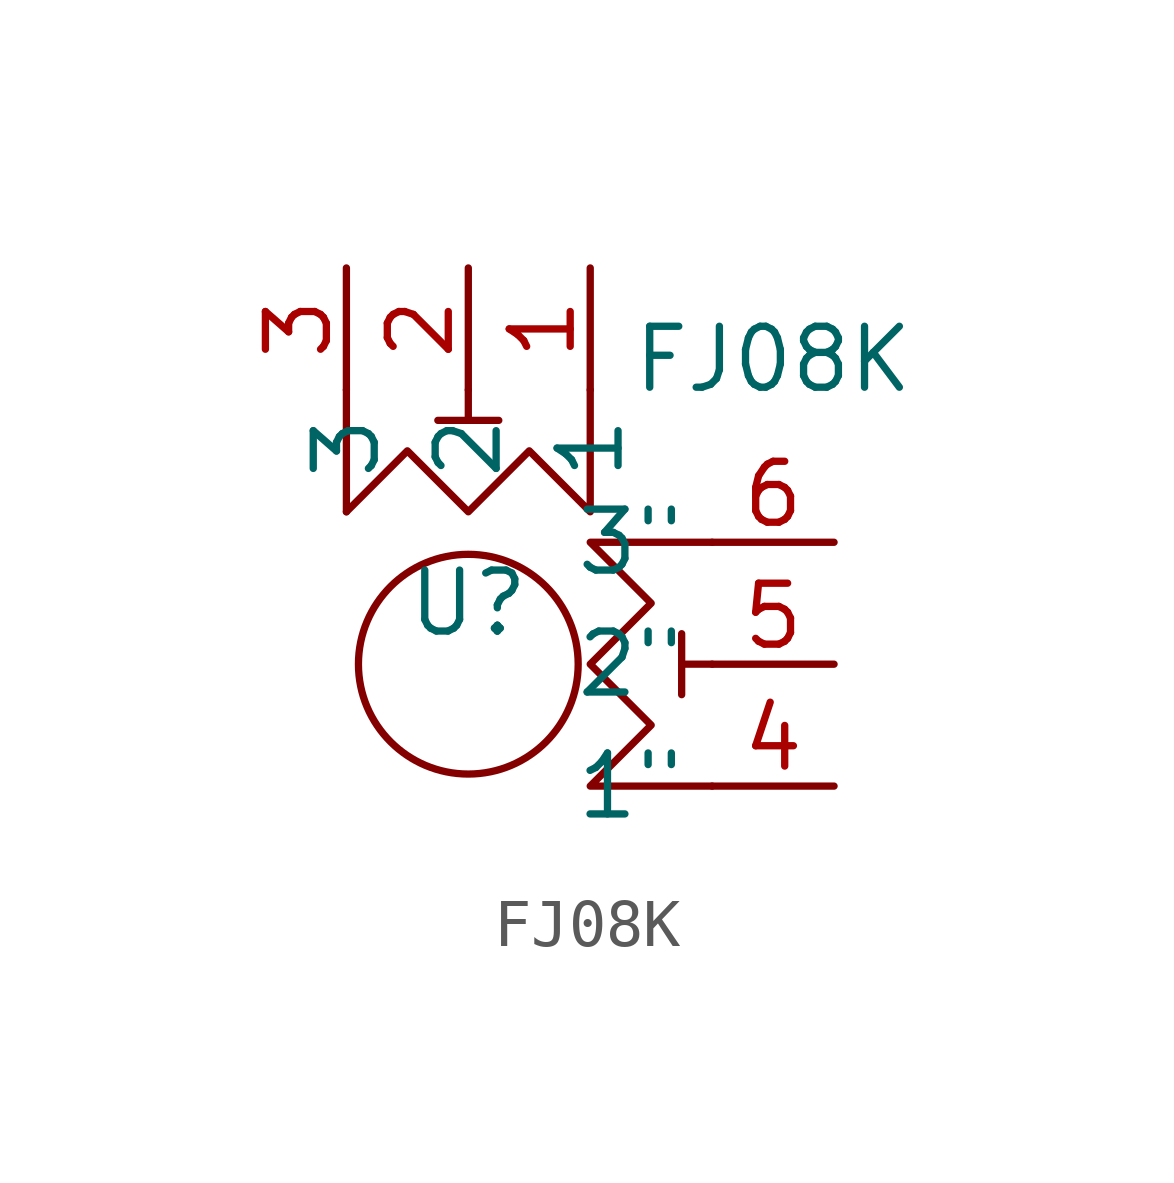
<source format=kicad_sym>
(kicad_symbol_lib
  (version 20211014)
  (generator kicad_symbol_editor)
  (symbol "FJ08K"
    (property "Reference" "U"
      (at 0 0 0)
      (effects (font (size 1.27 1.27))))
    (property "Value" "FJ08K"
      (at 6.35 5.08 0)
      (effects (font (size 1.27 1.27))))
    (symbol "FJ08K_0_1"
      (circle (center 0 -1.27) (radius 2.289) (stroke (width 0.152) (type default) (color 0 0 0 0)) (fill (type none)))
      (polyline (pts (xy -2.54 4.445) (xy -2.54 1.905)) (stroke (width 0.152) (type default) (color 0 0 0 0)) (fill (type none)))
      (polyline (pts (xy 0 4.445) (xy 0 3.81) (xy 0.635 3.81) (xy -0.635 3.81)) (stroke (width 0.152) (type default) (color 0 0 0 0)) (fill (type none)))
      (polyline (pts (xy 5.08 -1.27) (xy 4.445 -1.27) (xy 4.445 -0.635) (xy 4.445 -1.905)) (stroke (width 0.152) (type default) (color 0 0 0 0)) (fill (type none)))
      (polyline (pts (xy -2.54 1.905) (xy -1.27 3.175) (xy 0 1.905) (xy 1.27 3.175) (xy 2.54 1.905) (xy 2.54 4.445)) (stroke (width 0.152) (type default) (color 0 0 0 0)) (fill (type none)))
      (polyline (pts (xy 5.08 1.27) (xy 2.54 1.27) (xy 3.81 0) (xy 2.54 -1.27) (xy 3.81 -2.54) (xy 2.54 -3.81) (xy 5.08 -3.81)) (stroke (width 0.152) (type default) (color 0 0 0 0)) (fill (type none))))
    (symbol "FJ08K_1_1"
      (pin input line (at 2.54 6.985 270) (length 2.54) (name "1" (effects (font (size 1.27 1.27)))) (number "1" (effects (font (size 1.27 1.27)))))
      (pin output line (at 0 6.985 270) (length 2.54) (name "2" (effects (font (size 1.27 1.27)))) (number "2" (effects (font (size 1.27 1.27)))))
      (pin input line (at -2.54 6.985 270) (length 2.54) (name "3" (effects (font (size 1.27 1.27)))) (number "3" (effects (font (size 1.27 1.27)))))
      (pin input line (at 7.62 -3.81 180) (length 2.54) (name "1\"" (effects (font (size 1.27 1.27)))) (number "4" (effects (font (size 1.27 1.27)))))
      (pin output line (at 7.62 -1.27 180) (length 2.54) (name "2\"" (effects (font (size 1.27 1.27)))) (number "5" (effects (font (size 1.27 1.27)))))
      (pin input line (at 7.62 1.27 180) (length 2.54) (name "3\"" (effects (font (size 1.27 1.27)))) (number "6" (effects (font (size 1.27 1.27))))))))
</source>
